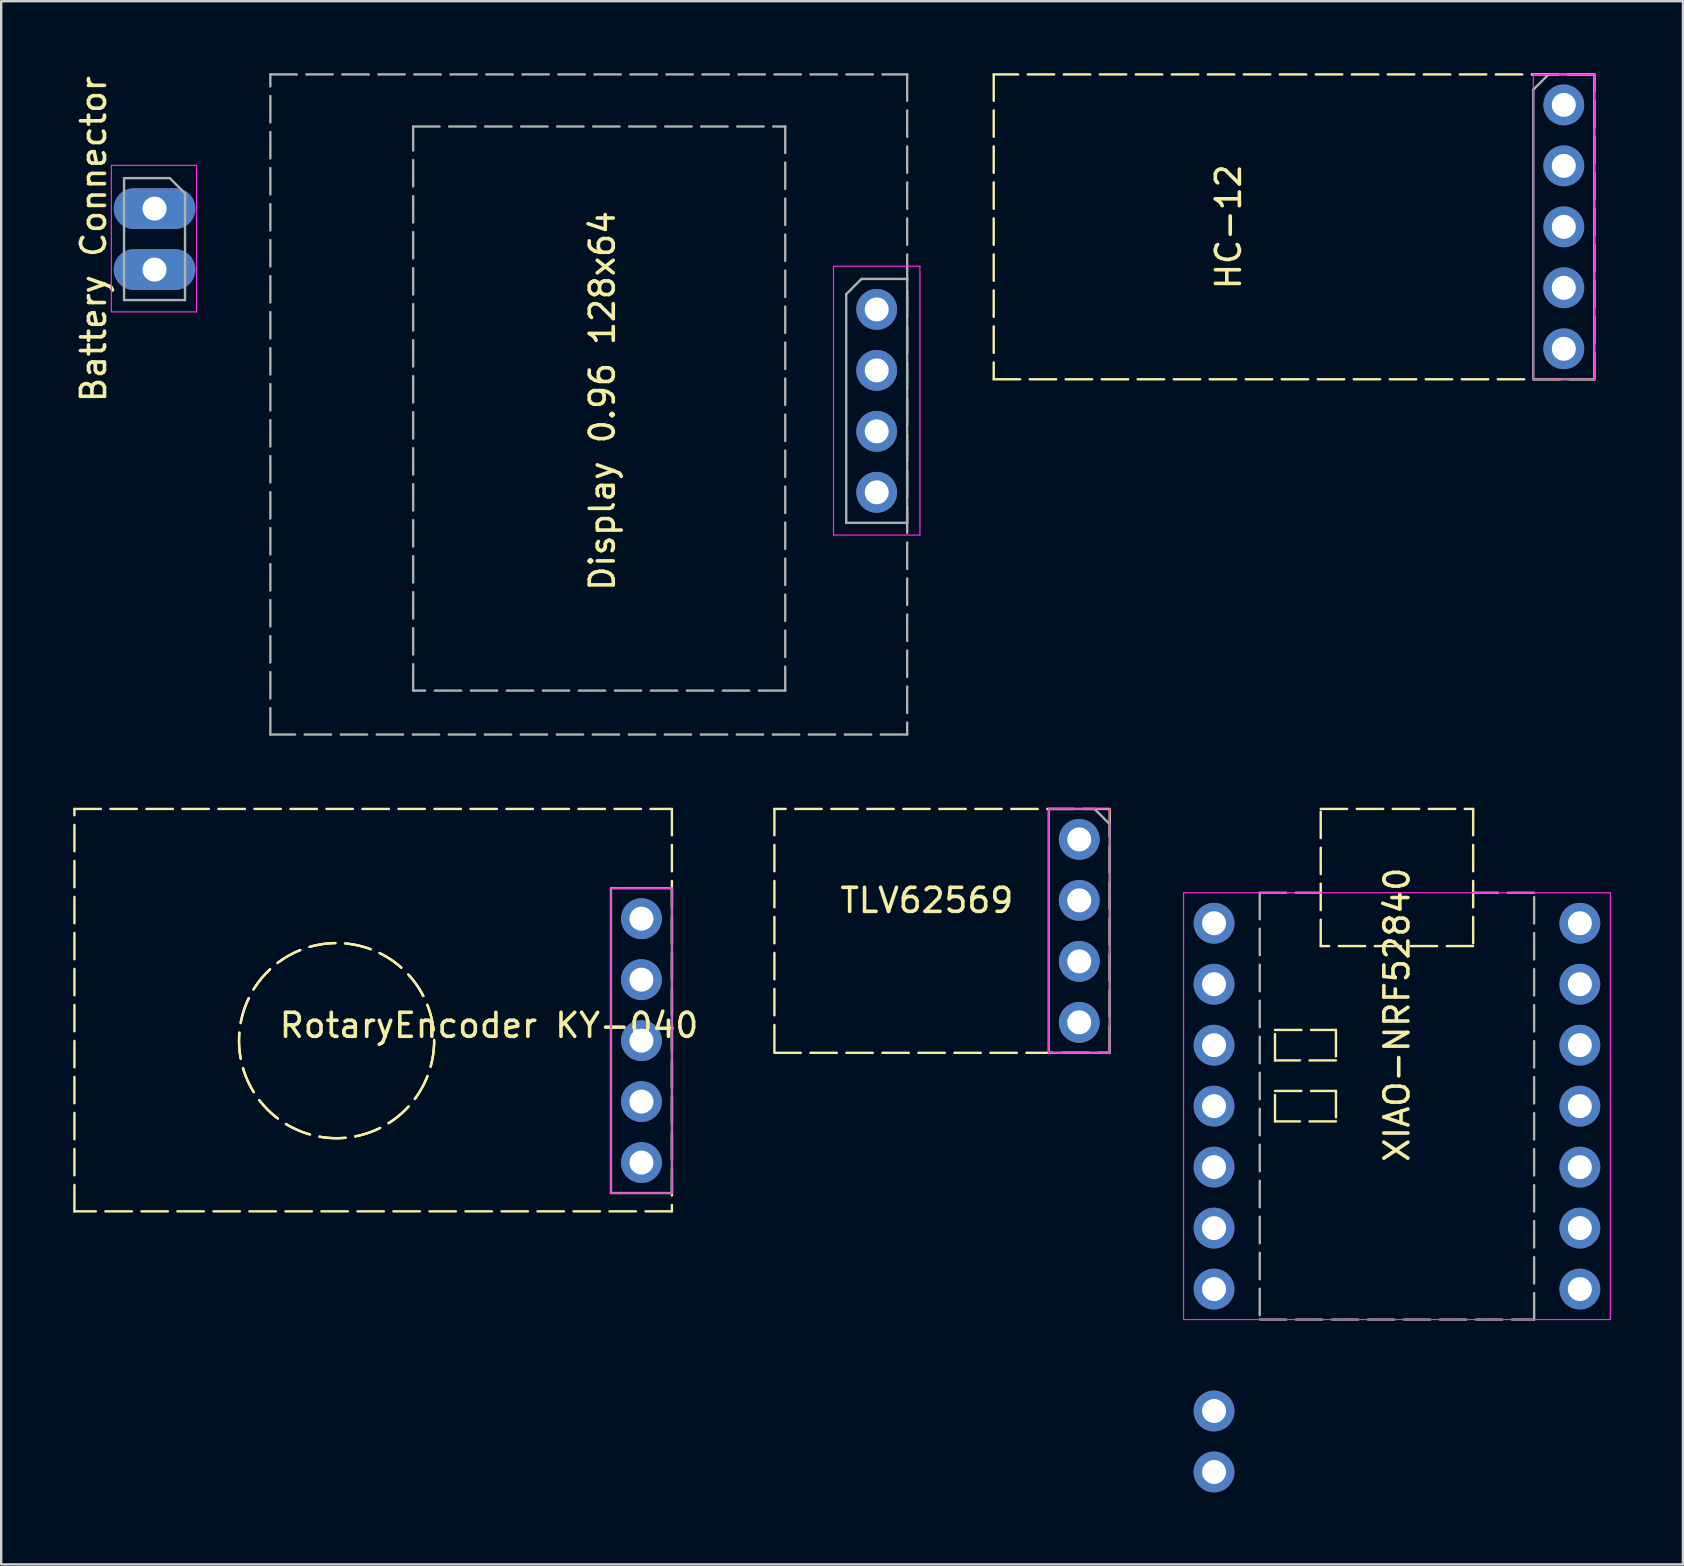
<source format=kicad_pcb>
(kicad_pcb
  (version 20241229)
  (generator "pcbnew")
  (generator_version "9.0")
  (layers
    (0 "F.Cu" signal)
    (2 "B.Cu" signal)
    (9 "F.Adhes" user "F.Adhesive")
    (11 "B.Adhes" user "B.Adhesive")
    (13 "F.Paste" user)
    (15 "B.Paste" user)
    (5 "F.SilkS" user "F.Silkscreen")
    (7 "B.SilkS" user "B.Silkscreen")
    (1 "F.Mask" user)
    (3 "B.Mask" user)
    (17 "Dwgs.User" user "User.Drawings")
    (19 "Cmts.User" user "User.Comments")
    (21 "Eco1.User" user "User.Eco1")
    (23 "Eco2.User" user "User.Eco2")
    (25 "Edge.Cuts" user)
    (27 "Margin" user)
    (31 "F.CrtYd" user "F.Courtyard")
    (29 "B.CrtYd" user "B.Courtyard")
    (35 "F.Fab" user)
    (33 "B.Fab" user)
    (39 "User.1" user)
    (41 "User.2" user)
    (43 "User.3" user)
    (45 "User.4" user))
  (footprint "Display 0.96 128x64"
    (layer "F.Cu")
    (at 33.473 13.65)
    (property "Reference" "Display 0.96 128x64" (at -11.43 0 90) (layer "F.SilkS") (effects (font (size 1 1) (thickness 0.15))))
    (attr through_hole)
    (fp_line (start -1.8 -5.61) (end -1.8 5.59) (stroke (width 0.05) (type solid)) (layer "F.CrtYd"))
    (fp_line (start -1.8 5.59) (end 1.8 5.59) (stroke (width 0.05) (type solid)) (layer "F.CrtYd"))
    (fp_line (start 1.8 -5.61) (end -1.8 -5.61) (stroke (width 0.05) (type solid)) (layer "F.CrtYd"))
    (fp_line (start 1.8 5.59) (end 1.8 -5.61) (stroke (width 0.05) (type solid)) (layer "F.CrtYd"))
    (fp_line (start -1.27 -4.445) (end -0.635 -5.08) (stroke (width 0.1) (type solid)) (layer "F.Fab"))
    (fp_line (start -1.27 5.08) (end -1.27 -4.445) (stroke (width 0.1) (type solid)) (layer "F.Fab"))
    (fp_line (start -0.635 -5.08) (end 1.27 -5.08) (stroke (width 0.1) (type solid)) (layer "F.Fab"))
    (fp_line (start 1.27 -5.08) (end 1.27 5.08) (stroke (width 0.1) (type solid)) (layer "F.Fab"))
    (fp_line (start 1.27 5.08) (end -1.27 5.08) (stroke (width 0.1) (type solid)) (layer "F.Fab"))
    (fp_rect (start -25.26 -13.6) (end 1.27 13.9) (stroke (width 0.1) (type dash)) (fill no) (layer "F.Fab"))
    (fp_rect (start -19.31 -11.43) (end -3.81 12.07) (stroke (width 0.1) (type dash)) (fill no) (layer "F.Fab"))
    (pad "1" thru_hole circle (at 0 -3.81) (size 1.7 1.7) (drill 1) (layers "*.Cu" "*.Mask"))
    (pad "2" thru_hole circle (at 0 -1.27) (size 1.7 1.7) (drill 1) (layers "*.Cu" "*.Mask"))
    (pad "3" thru_hole oval (at 0 1.27) (size 1.7 1.7) (drill 1) (layers "*.Cu" "*.Mask"))
    (pad "4" thru_hole oval (at 0 3.81) (size 1.7 1.7) (drill 1) (layers "*.Cu" "*.Mask")))
  (footprint "HC-12"
    (layer "F.Cu")
    (at 62.097 6.4)
    (property "Reference" "HC-12" (at -13.97 0 90) (layer "F.SilkS") (effects (font (size 1 1) (thickness 0.15))))
    (attr through_hole)
    (fp_rect (start 1.27 -6.35) (end -23.749 6.35) (stroke (width 0.1) (type dash)) (fill no) (layer "F.SilkS"))
    (fp_line (start -1.27 -6.35) (end -1.27 6.35) (stroke (width 0.05) (type solid)) (layer "F.CrtYd"))
    (fp_line (start -1.27 6.35) (end 1.27 6.35) (stroke (width 0.05) (type solid)) (layer "F.CrtYd"))
    (fp_line (start 1.27 -6.35) (end -1.27 -6.35) (stroke (width 0.05) (type solid)) (layer "F.CrtYd"))
    (fp_line (start 1.27 6.35) (end 1.27 -6.35) (stroke (width 0.05) (type solid)) (layer "F.CrtYd"))
    (fp_line (start -1.27 -5.715) (end -0.635 -6.35) (stroke (width 0.1) (type solid)) (layer "F.Fab"))
    (fp_line (start -1.27 6.35) (end -1.27 -5.715) (stroke (width 0.1) (type solid)) (layer "F.Fab"))
    (fp_line (start -0.635 -6.35) (end 1.27 -6.35) (stroke (width 0.1) (type solid)) (layer "F.Fab"))
    (fp_line (start 1.27 -6.35) (end 1.27 6.35) (stroke (width 0.1) (type solid)) (layer "F.Fab"))
    (fp_line (start 1.27 6.35) (end -1.27 6.35) (stroke (width 0.1) (type solid)) (layer "F.Fab"))
    (pad "1" thru_hole circle (at 0 -5.08) (size 1.7 1.7) (drill 1) (layers "*.Cu" "*.Mask"))
    (pad "2" thru_hole oval (at 0 -2.54) (size 1.7 1.7) (drill 1) (layers "*.Cu" "*.Mask"))
    (pad "3" thru_hole oval (at 0 0) (size 1.7 1.7) (drill 1) (layers "*.Cu" "*.Mask"))
    (pad "4" thru_hole oval (at 0 2.54) (size 1.7 1.7) (drill 1) (layers "*.Cu" "*.Mask"))
    (pad "5" thru_hole oval (at 0 5.08) (size 1.7 1.7) (drill 1) (layers "*.Cu" "*.Mask")))
  (footprint "XIAO-NRF52840"
    (layer "F.Cu")
    (at 55.146 43.032)
    (property "Reference" "XIAO-NRF52840" (at 0 -3.81 90) (layer "F.SilkS") (effects (font (size 1 1) (thickness 0.15))))
    (attr through_hole)
    (fp_rect (start -5.08 -3.175) (end -2.54 -1.905) (stroke (width 0.1) (type dash)) (fill no) (layer "F.SilkS"))
    (fp_rect (start -5.08 -0.635) (end -2.54 0.635) (stroke (width 0.1) (type dash)) (fill no) (layer "F.SilkS"))
    (fp_rect (start -3.175 -12.383) (end 3.175 -6.668) (stroke (width 0.1) (type dash)) (fill no) (layer "F.SilkS"))
    (fp_rect (start -8.89 -8.89) (end 8.89 8.89) (stroke (width 0.05) (type default)) (fill no) (layer "F.CrtYd"))
    (fp_line (start -5.715 -8.89) (end -5.715 8.89) (stroke (width 0.1) (type dash)) (layer "F.Fab"))
    (fp_line (start -5.715 -8.89) (end -3.175 -8.89) (stroke (width 0.1) (type dash)) (layer "F.Fab"))
    (fp_line (start -5.715 8.89) (end 5.715 8.89) (stroke (width 0.1) (type dash)) (layer "F.Fab"))
    (fp_line (start 5.715 -8.89) (end 3.175 -8.89) (stroke (width 0.1) (type dash)) (layer "F.Fab"))
    (fp_line (start 5.715 8.89) (end 5.715 -8.89) (stroke (width 0.1) (type dash)) (layer "F.Fab"))
    (pad "1" thru_hole circle (at -7.62 -7.62) (size 1.7 1.7) (drill 1) (layers "*.Cu" "*.Mask"))
    (pad "2" thru_hole circle (at -7.62 -5.08) (size 1.7 1.7) (drill 1) (layers "*.Cu" "*.Mask"))
    (pad "3" thru_hole circle (at -7.62 -2.54) (size 1.7 1.7) (drill 1) (layers "*.Cu" "*.Mask"))
    (pad "4" thru_hole circle (at -7.62 0) (size 1.7 1.7) (drill 1) (layers "*.Cu" "*.Mask"))
    (pad "5" thru_hole circle (at -7.62 2.54) (size 1.7 1.7) (drill 1) (layers "*.Cu" "*.Mask"))
    (pad "6" thru_hole circle (at -7.62 5.08) (size 1.7 1.7) (drill 1) (layers "*.Cu" "*.Mask"))
    (pad "7" thru_hole circle (at -7.62 7.62) (size 1.7 1.7) (drill 1) (layers "*.Cu" "*.Mask"))
    (pad "8" thru_hole circle (at 7.62 7.62) (size 1.7 1.7) (drill 1) (layers "*.Cu" "*.Mask"))
    (pad "9" thru_hole circle (at 7.62 5.08) (size 1.7 1.7) (drill 1) (layers "*.Cu" "*.Mask"))
    (pad "10" thru_hole circle (at 7.62 2.54) (size 1.7 1.7) (drill 1) (layers "*.Cu" "*.Mask"))
    (pad "11" thru_hole circle (at 7.62 0) (size 1.7 1.7) (drill 1) (layers "*.Cu" "*.Mask"))
    (pad "12" thru_hole circle (at 7.62 -2.54) (size 1.7 1.7) (drill 1) (layers "*.Cu" "*.Mask"))
    (pad "13" thru_hole circle (at 7.62 -5.08) (size 1.7 1.7) (drill 1) (layers "*.Cu" "*.Mask"))
    (pad "14" thru_hole circle (at 7.62 -7.62) (size 1.7 1.7) (drill 1) (layers "*.Cu" "*.Mask"))
    (pad "15" thru_hole circle (at -7.62 12.7 180) (size 1.7 1.7) (drill 1) (layers "*.Cu" "*.Mask"))
    (pad "16" thru_hole circle (at -7.62 15.24 180) (size 1.7 1.7) (drill 1) (layers "*.Cu" "*.Mask")))
  (footprint "RotaryEncoder KY-040"
    (layer "F.Cu")
    (at 23.672 37.762)
    (property "Reference" "RotaryEncoder KY-040" (at -6.35 1.905 0) (layer "F.SilkS") (effects (font (size 1 1) (thickness 0.15))))
    (attr through_hole)
    (fp_rect (start -23.622 -7.112) (end 1.27 9.652) (stroke (width 0.1) (type dash)) (fill no) (layer "F.SilkS"))
    (fp_circle (center -12.7 2.54) (end -8.636 2.54) (stroke (width 0.1) (type dash)) (fill no) (layer "F.SilkS"))
    (fp_line (start -1.27 -3.81) (end 1.27 -3.81) (stroke (width 0.05) (type solid)) (layer "F.CrtYd"))
    (fp_line (start -1.27 8.89) (end -1.27 -3.81) (stroke (width 0.05) (type solid)) (layer "F.CrtYd"))
    (fp_line (start 1.27 -3.81) (end 1.27 8.89) (stroke (width 0.05) (type solid)) (layer "F.CrtYd"))
    (fp_line (start 1.27 8.89) (end -1.27 8.89) (stroke (width 0.05) (type solid)) (layer "F.CrtYd"))
    (fp_line (start -1.27 -3.81) (end 1.27 -3.81) (stroke (width 0.1) (type solid)) (layer "F.Fab"))
    (fp_line (start -1.27 8.89) (end -1.27 -3.81) (stroke (width 0.1) (type solid)) (layer "F.Fab"))
    (fp_line (start 1.27 -3.81) (end 1.27 8.89) (stroke (width 0.1) (type solid)) (layer "F.Fab"))
    (fp_line (start 1.27 8.89) (end -1.27 8.89) (stroke (width 0.1) (type solid)) (layer "F.Fab"))
    (pad "1" thru_hole circle (at 0 -2.54) (size 1.7 1.7) (drill 1) (layers "*.Cu" "*.Mask"))
    (pad "2" thru_hole oval (at 0 0) (size 1.7 1.7) (drill 1) (layers "*.Cu" "*.Mask"))
    (pad "3" thru_hole oval (at 0 2.54) (size 1.7 1.7) (drill 1) (layers "*.Cu" "*.Mask"))
    (pad "4" thru_hole oval (at 0 5.08) (size 1.7 1.7) (drill 1) (layers "*.Cu" "*.Mask"))
    (pad "5" thru_hole oval (at 0 7.62) (size 1.7 1.7) (drill 1) (layers "*.Cu" "*.Mask")))
  (footprint "TLV62569"
    (layer "F.Cu")
    (at 41.911 35.73)
    (property "Reference" "TLV62569" (at -6.35 -1.27 0) (layer "F.SilkS") (effects (font (size 1 1) (thickness 0.15))))
    (attr through_hole)
    (fp_rect (start 1.27 -5.08) (end -12.7 5.08) (stroke (width 0.1) (type dash)) (fill no) (layer "F.SilkS"))
    (fp_line (start -1.27 -5.08) (end 1.27 -5.08) (stroke (width 0.05) (type solid)) (layer "F.CrtYd"))
    (fp_line (start -1.27 5.08) (end -1.27 -5.08) (stroke (width 0.05) (type solid)) (layer "F.CrtYd"))
    (fp_line (start 1.27 -5.08) (end 1.27 5.08) (stroke (width 0.05) (type solid)) (layer "F.CrtYd"))
    (fp_line (start 1.27 5.08) (end -1.27 5.08) (stroke (width 0.05) (type solid)) (layer "F.CrtYd"))
    (fp_line (start -1.27 -5.08) (end 0.635 -5.08) (stroke (width 0.1) (type solid)) (layer "F.Fab"))
    (fp_line (start -1.27 5.08) (end -1.27 -5.08) (stroke (width 0.1) (type solid)) (layer "F.Fab"))
    (fp_line (start 0.635 -5.08) (end 1.27 -4.445) (stroke (width 0.1) (type solid)) (layer "F.Fab"))
    (fp_line (start 1.27 -4.445) (end 1.27 5.08) (stroke (width 0.1) (type solid)) (layer "F.Fab"))
    (fp_line (start 1.27 5.08) (end -1.27 5.08) (stroke (width 0.1) (type solid)) (layer "F.Fab"))
    (pad "1" thru_hole circle (at 0 -3.81) (size 1.7 1.7) (drill 1) (layers "*.Cu" "*.Mask"))
    (pad "2" thru_hole oval (at 0 -1.27) (size 1.7 1.7) (drill 1) (layers "*.Cu" "*.Mask"))
    (pad "3" thru_hole oval (at 0 1.27) (size 1.7 1.7) (drill 1) (layers "*.Cu" "*.Mask"))
    (pad "4" thru_hole oval (at 0 3.81) (size 1.7 1.7) (drill 1) (layers "*.Cu" "*.Mask")))
  (footprint "Battery Connector"
    (layer "F.Cu")
    (at 3.388 5.641)
    (property "Reference" "Battery Connector" (at -2.54 1.27 90) (layer "F.SilkS") (effects (font (size 1 1) (thickness 0.15))))
    (attr through_hole)
    (fp_line (start -1.8 -1.8) (end 1.75 -1.8) (stroke (width 0.05) (type solid)) (layer "F.CrtYd"))
    (fp_line (start -1.8 4.3) (end -1.8 -1.8) (stroke (width 0.05) (type solid)) (layer "F.CrtYd"))
    (fp_line (start 1.75 -1.8) (end 1.75 4.3) (stroke (width 0.05) (type solid)) (layer "F.CrtYd"))
    (fp_line (start 1.75 4.3) (end -1.8 4.3) (stroke (width 0.05) (type solid)) (layer "F.CrtYd"))
    (fp_line (start -1.27 -1.27) (end 0.635 -1.27) (stroke (width 0.1) (type solid)) (layer "F.Fab"))
    (fp_line (start -1.27 3.81) (end -1.27 -1.27) (stroke (width 0.1) (type solid)) (layer "F.Fab"))
    (fp_line (start 0.635 -1.27) (end 1.27 -0.635) (stroke (width 0.1) (type solid)) (layer "F.Fab"))
    (fp_line (start 1.27 -0.635) (end 1.27 3.81) (stroke (width 0.1) (type solid)) (layer "F.Fab"))
    (fp_line (start 1.27 3.81) (end -1.27 3.81) (stroke (width 0.1) (type solid)) (layer "F.Fab"))
    (pad "1" thru_hole oval (at 0 0) (size 3.4 1.7) (drill 1) (layers "*.Cu" "*.Mask"))
    (pad "2" thru_hole oval (at 0 2.54) (size 3.4 1.7) (drill 1) (layers "*.Cu" "*.Mask")))
  (gr_rect
    (start -3 -3)
    (end 67.061 62.123)
    (stroke (width 0.1) (type default))
    (fill no)
    (layer "Edge.Cuts")))
</source>
